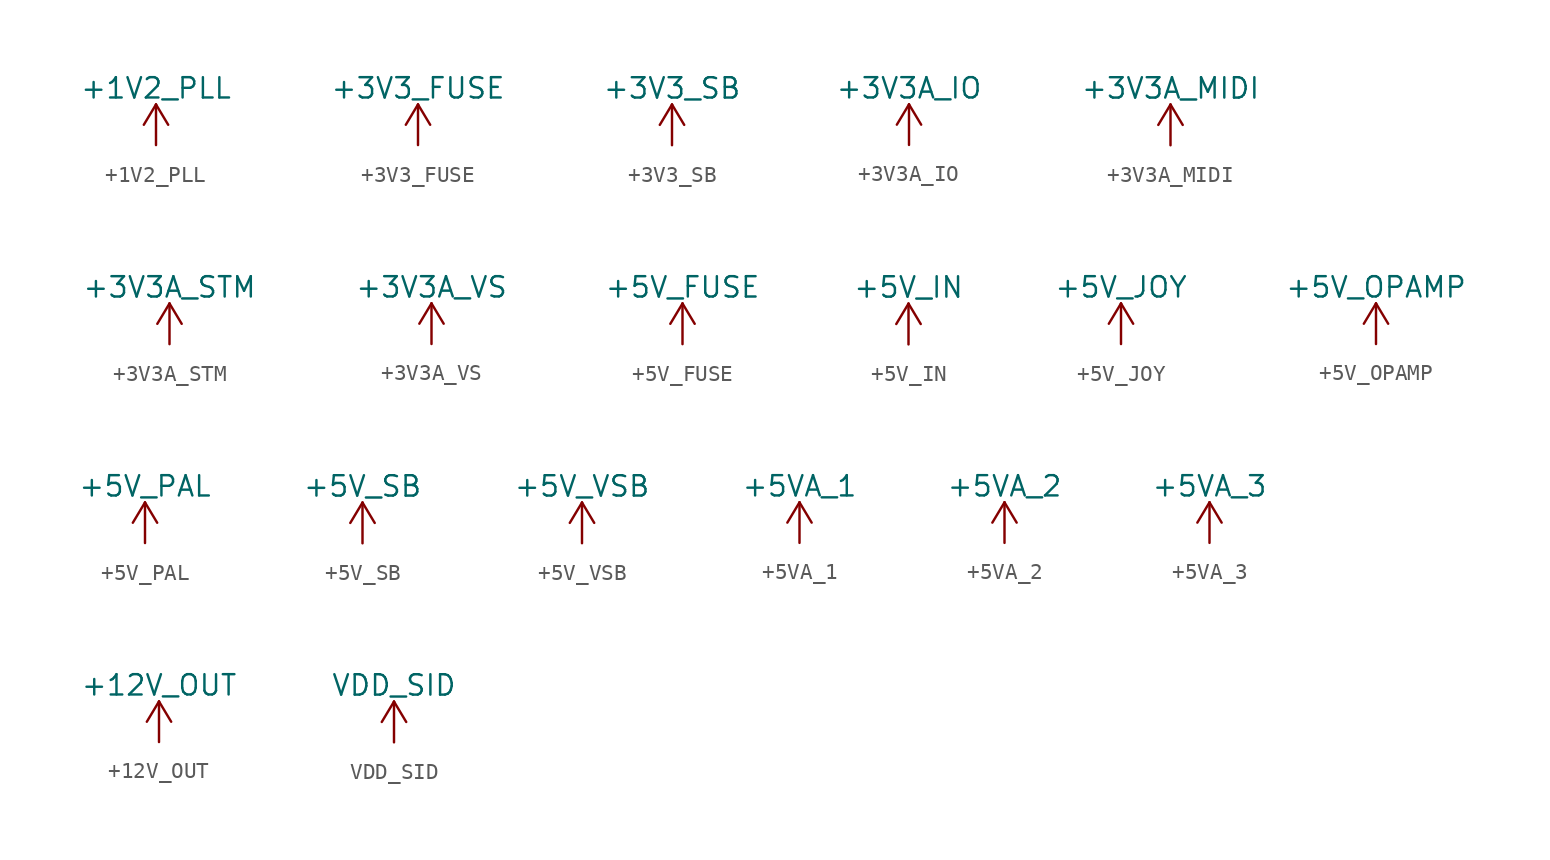
<source format=kicad_sym>
(kicad_symbol_lib
  (version 20220914)
  (generator kicad_symbol_editor)
  (symbol "+1V2_PLL"
    (power)
    (pin_names
      (offset 0))
    (property "Reference" "#PWR"
      (at 0 -3.81 0)
      (effects (font (size 1.27 1.27)) hide))
    (property "Value" "+1V2_PLL"
      (at 0 3.556 0)
      (effects (font (size 1.27 1.27))))
    (symbol "+1V2_PLL_0_1"
      (polyline (pts (xy -0.762 1.27) (xy 0 2.54)) (stroke (width 0) (type default)) (fill (type none)))
      (polyline (pts (xy 0 0) (xy 0 2.54)) (stroke (width 0) (type default)) (fill (type none)))
      (polyline (pts (xy 0 2.54) (xy 0.762 1.27)) (stroke (width 0) (type default)) (fill (type none))))
    (symbol "+1V2_PLL_1_1"
      (pin power_in line (at 0 0 90) (length 0) hide (name "+1V2_PLL" (effects (font (size 1.27 1.27)))) (number "1" (effects (font (size 1.27 1.27)))))))
  (symbol "+3V3_FUSE"
    (power)
    (pin_names
      (offset 0))
    (property "Reference" "#PWR"
      (at 0 -3.81 0)
      (effects (font (size 1.27 1.27)) hide))
    (property "Value" "+3V3_FUSE"
      (at 0 3.556 0)
      (effects (font (size 1.27 1.27))))
    (symbol "+3V3_FUSE_0_1"
      (polyline (pts (xy -0.762 1.27) (xy 0 2.54)) (stroke (width 0) (type default)) (fill (type none)))
      (polyline (pts (xy 0 0) (xy 0 2.54)) (stroke (width 0) (type default)) (fill (type none)))
      (polyline (pts (xy 0 2.54) (xy 0.762 1.27)) (stroke (width 0) (type default)) (fill (type none))))
    (symbol "+3V3_FUSE_1_1"
      (pin power_in line (at 0 0 90) (length 0) hide (name "+3V3_FUSE" (effects (font (size 1.27 1.27)))) (number "1" (effects (font (size 1.27 1.27)))))))
  (symbol "+3V3_SB"
    (power)
    (pin_names
      (offset 0))
    (property "Reference" "#PWR"
      (at 0 -3.81 0)
      (effects (font (size 1.27 1.27)) hide))
    (property "Value" "+3V3_SB"
      (at 0 3.556 0)
      (effects (font (size 1.27 1.27))))
    (symbol "+3V3_SB_0_1"
      (polyline (pts (xy -0.762 1.27) (xy 0 2.54)) (stroke (width 0) (type default)) (fill (type none)))
      (polyline (pts (xy 0 0) (xy 0 2.54)) (stroke (width 0) (type default)) (fill (type none)))
      (polyline (pts (xy 0 2.54) (xy 0.762 1.27)) (stroke (width 0) (type default)) (fill (type none))))
    (symbol "+3V3_SB_1_1"
      (pin power_in line (at 0 0 90) (length 0) hide (name "+3V3_SB" (effects (font (size 1.27 1.27)))) (number "1" (effects (font (size 1.27 1.27)))))))
  (symbol "+3V3A_IO"
    (power)
    (pin_names
      (offset 0))
    (property "Reference" "#PWR"
      (at 0 -3.81 0)
      (effects (font (size 1.27 1.27)) hide))
    (property "Value" "+3V3A_IO"
      (at 0 3.556 0)
      (effects (font (size 1.27 1.27))))
    (symbol "+3V3A_IO_0_1"
      (polyline (pts (xy -0.762 1.27) (xy 0 2.54)) (stroke (width 0) (type default)) (fill (type none)))
      (polyline (pts (xy 0 0) (xy 0 2.54)) (stroke (width 0) (type default)) (fill (type none)))
      (polyline (pts (xy 0 2.54) (xy 0.762 1.27)) (stroke (width 0) (type default)) (fill (type none))))
    (symbol "+3V3A_IO_1_1"
      (pin power_in line (at 0 0 90) (length 0) hide (name "+3V3A_IO" (effects (font (size 1.27 1.27)))) (number "1" (effects (font (size 1.27 1.27)))))))
  (symbol "+3V3A_MIDI"
    (power)
    (pin_names
      (offset 0))
    (property "Reference" "#PWR"
      (at 0 -3.81 0)
      (effects (font (size 1.27 1.27)) hide))
    (property "Value" "+3V3A_MIDI"
      (at 0 3.556 0)
      (effects (font (size 1.27 1.27))))
    (symbol "+3V3A_MIDI_0_1"
      (polyline (pts (xy -0.762 1.27) (xy 0 2.54)) (stroke (width 0) (type default)) (fill (type none)))
      (polyline (pts (xy 0 0) (xy 0 2.54)) (stroke (width 0) (type default)) (fill (type none)))
      (polyline (pts (xy 0 2.54) (xy 0.762 1.27)) (stroke (width 0) (type default)) (fill (type none))))
    (symbol "+3V3A_MIDI_1_1"
      (pin power_in line (at 0 0 90) (length 0) hide (name "+3V3A_MIDI" (effects (font (size 1.27 1.27)))) (number "1" (effects (font (size 1.27 1.27)))))))
  (symbol "+3V3A_STM"
    (power)
    (pin_names
      (offset 0))
    (property "Reference" "#PWR"
      (at 0 -3.81 0)
      (effects (font (size 1.27 1.27)) hide))
    (property "Value" "+3V3A_STM"
      (at 0 3.556 0)
      (effects (font (size 1.27 1.27))))
    (symbol "+3V3A_STM_0_1"
      (polyline (pts (xy -0.762 1.27) (xy 0 2.54)) (stroke (width 0) (type default)) (fill (type none)))
      (polyline (pts (xy 0 0) (xy 0 2.54)) (stroke (width 0) (type default)) (fill (type none)))
      (polyline (pts (xy 0 2.54) (xy 0.762 1.27)) (stroke (width 0) (type default)) (fill (type none))))
    (symbol "+3V3A_STM_1_1"
      (pin power_in line (at 0 0 90) (length 0) hide (name "+3V3A_STM" (effects (font (size 1.27 1.27)))) (number "1" (effects (font (size 1.27 1.27)))))))
  (symbol "+3V3A_VS"
    (power)
    (pin_names
      (offset 0))
    (property "Reference" "#PWR"
      (at 0 -3.81 0)
      (effects (font (size 1.27 1.27)) hide))
    (property "Value" "+3V3A_VS"
      (at 0 3.556 0)
      (effects (font (size 1.27 1.27))))
    (symbol "+3V3A_VS_0_1"
      (polyline (pts (xy -0.762 1.27) (xy 0 2.54)) (stroke (width 0) (type default)) (fill (type none)))
      (polyline (pts (xy 0 0) (xy 0 2.54)) (stroke (width 0) (type default)) (fill (type none)))
      (polyline (pts (xy 0 2.54) (xy 0.762 1.27)) (stroke (width 0) (type default)) (fill (type none))))
    (symbol "+3V3A_VS_1_1"
      (pin power_in line (at 0 0 90) (length 0) hide (name "+3V3A_VS" (effects (font (size 1.27 1.27)))) (number "1" (effects (font (size 1.27 1.27)))))))
  (symbol "+5V_FUSE"
    (power)
    (pin_names
      (offset 0))
    (property "Reference" "#PWR"
      (at 0 -3.81 0)
      (effects (font (size 1.27 1.27)) hide))
    (property "Value" "+5V_FUSE"
      (at 0 3.556 0)
      (effects (font (size 1.27 1.27))))
    (symbol "+5V_FUSE_0_1"
      (polyline (pts (xy -0.762 1.27) (xy 0 2.54)) (stroke (width 0) (type default)) (fill (type none)))
      (polyline (pts (xy 0 0) (xy 0 2.54)) (stroke (width 0) (type default)) (fill (type none)))
      (polyline (pts (xy 0 2.54) (xy 0.762 1.27)) (stroke (width 0) (type default)) (fill (type none))))
    (symbol "+5V_FUSE_1_1"
      (pin power_in line (at 0 0 90) (length 0) hide (name "+5V_FUSE" (effects (font (size 1.27 1.27)))) (number "1" (effects (font (size 1.27 1.27)))))))
  (symbol "+5V_IN"
    (power)
    (pin_names
      (offset 0))
    (property "Reference" "#PWR"
      (at 0 -3.81 0)
      (effects (font (size 1.27 1.27)) hide))
    (property "Value" "+5V_IN"
      (at 0 3.556 0)
      (effects (font (size 1.27 1.27))))
    (symbol "+5V_IN_0_1"
      (polyline (pts (xy -0.762 1.27) (xy 0 2.54)) (stroke (width 0) (type default)) (fill (type none)))
      (polyline (pts (xy 0 0) (xy 0 2.54)) (stroke (width 0) (type default)) (fill (type none)))
      (polyline (pts (xy 0 2.54) (xy 0.762 1.27)) (stroke (width 0) (type default)) (fill (type none))))
    (symbol "+5V_IN_1_1"
      (pin power_in line (at 0 0 90) (length 0) hide (name "+5V_IN" (effects (font (size 1.27 1.27)))) (number "1" (effects (font (size 1.27 1.27)))))))
  (symbol "+5V_JOY"
    (power)
    (pin_names
      (offset 0))
    (property "Reference" "#PWR"
      (at 0 -3.81 0)
      (effects (font (size 1.27 1.27)) hide))
    (property "Value" "+5V_JOY"
      (at 0 3.556 0)
      (effects (font (size 1.27 1.27))))
    (symbol "+5V_JOY_0_1"
      (polyline (pts (xy -0.762 1.27) (xy 0 2.54)) (stroke (width 0) (type default)) (fill (type none)))
      (polyline (pts (xy 0 0) (xy 0 2.54)) (stroke (width 0) (type default)) (fill (type none)))
      (polyline (pts (xy 0 2.54) (xy 0.762 1.27)) (stroke (width 0) (type default)) (fill (type none))))
    (symbol "+5V_JOY_1_1"
      (pin power_in line (at 0 0 90) (length 0) hide (name "+5V_JOY" (effects (font (size 1.27 1.27)))) (number "1" (effects (font (size 1.27 1.27)))))))
  (symbol "+5V_OPAMP"
    (power)
    (pin_names
      (offset 0))
    (property "Reference" "#PWR"
      (at 0 -3.81 0)
      (effects (font (size 1.27 1.27)) hide))
    (property "Value" "+5V_OPAMP"
      (at 0 3.556 0)
      (effects (font (size 1.27 1.27))))
    (symbol "+5V_OPAMP_0_1"
      (polyline (pts (xy -0.762 1.27) (xy 0 2.54)) (stroke (width 0) (type default)) (fill (type none)))
      (polyline (pts (xy 0 0) (xy 0 2.54)) (stroke (width 0) (type default)) (fill (type none)))
      (polyline (pts (xy 0 2.54) (xy 0.762 1.27)) (stroke (width 0) (type default)) (fill (type none))))
    (symbol "+5V_OPAMP_1_1"
      (pin power_in line (at 0 0 90) (length 0) hide (name "+5V_OPAMP" (effects (font (size 1.27 1.27)))) (number "1" (effects (font (size 1.27 1.27)))))))
  (symbol "+5V_PAL"
    (power)
    (pin_names
      (offset 0))
    (property "Reference" "#PWR"
      (at 0 -3.81 0)
      (effects (font (size 1.27 1.27)) hide))
    (property "Value" "+5V_PAL"
      (at 0 3.556 0)
      (effects (font (size 1.27 1.27))))
    (symbol "+5V_PAL_0_1"
      (polyline (pts (xy -0.762 1.27) (xy 0 2.54)) (stroke (width 0) (type default)) (fill (type none)))
      (polyline (pts (xy 0 0) (xy 0 2.54)) (stroke (width 0) (type default)) (fill (type none)))
      (polyline (pts (xy 0 2.54) (xy 0.762 1.27)) (stroke (width 0) (type default)) (fill (type none))))
    (symbol "+5V_PAL_1_1"
      (pin power_in line (at 0 0 90) (length 0) hide (name "+5V_PAL" (effects (font (size 1.27 1.27)))) (number "1" (effects (font (size 1.27 1.27)))))))
  (symbol "+5V_SB"
    (power)
    (pin_names
      (offset 0))
    (property "Reference" "#PWR"
      (at 0 -3.81 0)
      (effects (font (size 1.27 1.27)) hide))
    (property "Value" "+5V_SB"
      (at 0 3.556 0)
      (effects (font (size 1.27 1.27))))
    (symbol "+5V_SB_0_1"
      (polyline (pts (xy -0.762 1.27) (xy 0 2.54)) (stroke (width 0) (type default)) (fill (type none)))
      (polyline (pts (xy 0 0) (xy 0 2.54)) (stroke (width 0) (type default)) (fill (type none)))
      (polyline (pts (xy 0 2.54) (xy 0.762 1.27)) (stroke (width 0) (type default)) (fill (type none))))
    (symbol "+5V_SB_1_1"
      (pin power_in line (at 0 0 90) (length 0) hide (name "+5V_SB" (effects (font (size 1.27 1.27)))) (number "1" (effects (font (size 1.27 1.27)))))))
  (symbol "+5V_VSB"
    (power)
    (pin_names
      (offset 0))
    (property "Reference" "#PWR"
      (at 0 -3.81 0)
      (effects (font (size 1.27 1.27)) hide))
    (property "Value" "+5V_VSB"
      (at 0 3.556 0)
      (effects (font (size 1.27 1.27))))
    (symbol "+5V_VSB_0_1"
      (polyline (pts (xy -0.762 1.27) (xy 0 2.54)) (stroke (width 0) (type default)) (fill (type none)))
      (polyline (pts (xy 0 0) (xy 0 2.54)) (stroke (width 0) (type default)) (fill (type none)))
      (polyline (pts (xy 0 2.54) (xy 0.762 1.27)) (stroke (width 0) (type default)) (fill (type none))))
    (symbol "+5V_VSB_1_1"
      (pin power_in line (at 0 0 90) (length 0) hide (name "+5V_VSB" (effects (font (size 1.27 1.27)))) (number "1" (effects (font (size 1.27 1.27)))))))
  (symbol "+5VA_1"
    (power)
    (pin_names
      (offset 0))
    (property "Reference" "#PWR"
      (at 0 -3.81 0)
      (effects (font (size 1.27 1.27)) hide))
    (property "Value" "+5VA_1"
      (at 0 3.556 0)
      (effects (font (size 1.27 1.27))))
    (symbol "+5VA_1_0_1"
      (polyline (pts (xy -0.762 1.27) (xy 0 2.54)) (stroke (width 0) (type default)) (fill (type none)))
      (polyline (pts (xy 0 0) (xy 0 2.54)) (stroke (width 0) (type default)) (fill (type none)))
      (polyline (pts (xy 0 2.54) (xy 0.762 1.27)) (stroke (width 0) (type default)) (fill (type none))))
    (symbol "+5VA_1_1_1"
      (pin power_in line (at 0 0 90) (length 0) hide (name "+5VA_1" (effects (font (size 1.27 1.27)))) (number "1" (effects (font (size 1.27 1.27)))))))
  (symbol "+5VA_2"
    (power)
    (pin_names
      (offset 0))
    (property "Reference" "#PWR"
      (at 0 -3.81 0)
      (effects (font (size 1.27 1.27)) hide))
    (property "Value" "+5VA_2"
      (at 0 3.556 0)
      (effects (font (size 1.27 1.27))))
    (symbol "+5VA_2_0_1"
      (polyline (pts (xy -0.762 1.27) (xy 0 2.54)) (stroke (width 0) (type default)) (fill (type none)))
      (polyline (pts (xy 0 0) (xy 0 2.54)) (stroke (width 0) (type default)) (fill (type none)))
      (polyline (pts (xy 0 2.54) (xy 0.762 1.27)) (stroke (width 0) (type default)) (fill (type none))))
    (symbol "+5VA_2_1_1"
      (pin power_in line (at 0 0 90) (length 0) hide (name "+5VA_2" (effects (font (size 1.27 1.27)))) (number "1" (effects (font (size 1.27 1.27)))))))
  (symbol "+5VA_3"
    (power)
    (pin_names
      (offset 0))
    (property "Reference" "#PWR"
      (at 0 -3.81 0)
      (effects (font (size 1.27 1.27)) hide))
    (property "Value" "+5VA_3"
      (at 0 3.556 0)
      (effects (font (size 1.27 1.27))))
    (symbol "+5VA_3_0_1"
      (polyline (pts (xy -0.762 1.27) (xy 0 2.54)) (stroke (width 0) (type default)) (fill (type none)))
      (polyline (pts (xy 0 0) (xy 0 2.54)) (stroke (width 0) (type default)) (fill (type none)))
      (polyline (pts (xy 0 2.54) (xy 0.762 1.27)) (stroke (width 0) (type default)) (fill (type none))))
    (symbol "+5VA_3_1_1"
      (pin power_in line (at 0 0 90) (length 0) hide (name "+5VA_3" (effects (font (size 1.27 1.27)))) (number "1" (effects (font (size 1.27 1.27)))))))
  (symbol "+12V_OUT"
    (power)
    (pin_names
      (offset 0))
    (property "Reference" "#PWR"
      (at 0 -3.81 0)
      (effects (font (size 1.27 1.27)) hide))
    (property "Value" "+12V_OUT"
      (at 0 3.556 0)
      (effects (font (size 1.27 1.27))))
    (symbol "+12V_OUT_0_1"
      (polyline (pts (xy -0.762 1.27) (xy 0 2.54)) (stroke (width 0) (type default)) (fill (type none)))
      (polyline (pts (xy 0 0) (xy 0 2.54)) (stroke (width 0) (type default)) (fill (type none)))
      (polyline (pts (xy 0 2.54) (xy 0.762 1.27)) (stroke (width 0) (type default)) (fill (type none))))
    (symbol "+12V_OUT_1_1"
      (pin power_in line (at 0 0 90) (length 0) hide (name "+12V_OUT" (effects (font (size 1.27 1.27)))) (number "1" (effects (font (size 1.27 1.27)))))))
  (symbol "VDD_SID"
    (power)
    (pin_names
      (offset 0))
    (property "Reference" "#PWR"
      (at 0 -3.81 0)
      (effects (font (size 1.27 1.27)) hide))
    (property "Value" "VDD_SID"
      (at 0 3.556 0)
      (effects (font (size 1.27 1.27))))
    (symbol "VDD_SID_0_1"
      (polyline (pts (xy -0.762 1.27) (xy 0 2.54)) (stroke (width 0) (type default)) (fill (type none)))
      (polyline (pts (xy 0 0) (xy 0 2.54)) (stroke (width 0) (type default)) (fill (type none)))
      (polyline (pts (xy 0 2.54) (xy 0.762 1.27)) (stroke (width 0) (type default)) (fill (type none))))
    (symbol "VDD_SID_1_1"
      (pin power_in line (at 0 0 90) (length 0) hide (name "VDD_SID" (effects (font (size 1.27 1.27)))) (number "1" (effects (font (size 1.27 1.27))))))))
</source>
